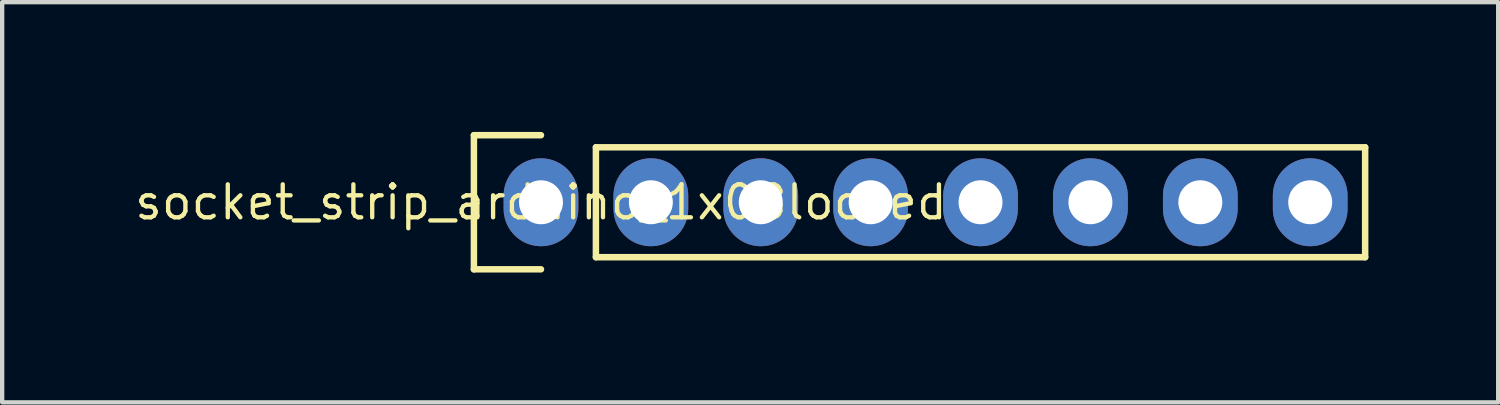
<source format=kicad_pcb>
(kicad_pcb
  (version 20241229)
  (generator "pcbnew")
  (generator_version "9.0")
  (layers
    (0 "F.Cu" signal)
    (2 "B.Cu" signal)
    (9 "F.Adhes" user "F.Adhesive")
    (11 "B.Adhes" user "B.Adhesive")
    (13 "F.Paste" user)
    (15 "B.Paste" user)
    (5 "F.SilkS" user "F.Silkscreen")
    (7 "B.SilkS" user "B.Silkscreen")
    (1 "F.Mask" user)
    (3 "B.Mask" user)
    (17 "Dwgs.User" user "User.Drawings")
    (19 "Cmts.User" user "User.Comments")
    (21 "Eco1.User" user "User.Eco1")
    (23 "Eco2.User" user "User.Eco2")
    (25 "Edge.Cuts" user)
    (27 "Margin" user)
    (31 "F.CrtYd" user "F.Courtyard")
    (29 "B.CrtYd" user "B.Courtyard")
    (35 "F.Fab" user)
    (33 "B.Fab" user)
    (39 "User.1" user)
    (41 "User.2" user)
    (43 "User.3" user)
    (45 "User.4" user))
  (footprint "socket_strip_arduino_1x08locked"
    (layer "F.Cu")
    (at 9.454 1.625)
    (property "Reference" "socket_strip_arduino_1x08locked" (at 0 0 0) (layer "F.SilkS") (effects (font (size 0.762 0.762) (thickness 0.1))))
    (attr through_hole)
    (fp_poly (pts (xy 1.014 -0.152) (xy 0.994 -0.35) (xy 0.936 -0.54) (xy 0.843 -0.716) (xy 0.717 -0.869) (xy 0.563 -0.995) (xy 0.388 -1.089) (xy 0.198 -1.147) (xy 0 -1.166) (xy -0.198 -1.147) (xy -0.388 -1.089) (xy -0.563 -0.995) (xy -0.717 -0.869) (xy -0.843 -0.716) (xy -0.936 -0.54) (xy -0.994 -0.35) (xy -1.014 -0.152) (xy -1.014 0.152) (xy -0.994 0.35) (xy -0.936 0.54) (xy -0.843 0.716) (xy -0.717 0.869) (xy -0.563 0.995) (xy -0.388 1.089) (xy -0.198 1.147) (xy 0 1.166) (xy 0.198 1.147) (xy 0.388 1.089) (xy 0.563 0.995) (xy 0.717 0.869) (xy 0.843 0.716) (xy 0.936 0.54) (xy 0.994 0.35) (xy 1.014 0.152)) (stroke (width 0) (type solid)) (fill yes) (layer "F.Mask"))
    (fp_poly (pts (xy 3.554 -0.152) (xy 3.534 -0.35) (xy 3.476 -0.54) (xy 3.383 -0.716) (xy 3.257 -0.869) (xy 3.103 -0.995) (xy 2.928 -1.089) (xy 2.738 -1.147) (xy 2.54 -1.166) (xy 2.342 -1.147) (xy 2.152 -1.089) (xy 1.977 -0.995) (xy 1.823 -0.869) (xy 1.697 -0.716) (xy 1.604 -0.54) (xy 1.546 -0.35) (xy 1.526 -0.152) (xy 1.526 0.152) (xy 1.546 0.35) (xy 1.604 0.54) (xy 1.697 0.716) (xy 1.823 0.869) (xy 1.977 0.995) (xy 2.152 1.089) (xy 2.342 1.147) (xy 2.54 1.166) (xy 2.738 1.147) (xy 2.928 1.089) (xy 3.103 0.995) (xy 3.257 0.869) (xy 3.383 0.716) (xy 3.476 0.54) (xy 3.534 0.35) (xy 3.554 0.152)) (stroke (width 0) (type solid)) (fill yes) (layer "F.Mask"))
    (fp_poly (pts (xy 6.094 -0.152) (xy 6.074 -0.35) (xy 6.016 -0.54) (xy 5.923 -0.716) (xy 5.797 -0.869) (xy 5.643 -0.995) (xy 5.468 -1.089) (xy 5.278 -1.147) (xy 5.08 -1.166) (xy 4.882 -1.147) (xy 4.692 -1.089) (xy 4.517 -0.995) (xy 4.363 -0.869) (xy 4.237 -0.716) (xy 4.144 -0.54) (xy 4.086 -0.35) (xy 4.066 -0.152) (xy 4.066 0.152) (xy 4.086 0.35) (xy 4.144 0.54) (xy 4.237 0.716) (xy 4.363 0.869) (xy 4.517 0.995) (xy 4.692 1.089) (xy 4.882 1.147) (xy 5.08 1.166) (xy 5.278 1.147) (xy 5.468 1.089) (xy 5.643 0.995) (xy 5.797 0.869) (xy 5.923 0.716) (xy 6.016 0.54) (xy 6.074 0.35) (xy 6.094 0.152)) (stroke (width 0) (type solid)) (fill yes) (layer "F.Mask"))
    (fp_poly (pts (xy 8.634 -0.152) (xy 8.614 -0.35) (xy 8.556 -0.54) (xy 8.463 -0.716) (xy 8.337 -0.869) (xy 8.183 -0.995) (xy 8.008 -1.089) (xy 7.818 -1.147) (xy 7.62 -1.166) (xy 7.422 -1.147) (xy 7.232 -1.089) (xy 7.057 -0.995) (xy 6.903 -0.869) (xy 6.777 -0.716) (xy 6.684 -0.54) (xy 6.626 -0.35) (xy 6.606 -0.152) (xy 6.606 0.152) (xy 6.626 0.35) (xy 6.684 0.54) (xy 6.777 0.716) (xy 6.903 0.869) (xy 7.057 0.995) (xy 7.232 1.089) (xy 7.422 1.147) (xy 7.62 1.166) (xy 7.818 1.147) (xy 8.008 1.089) (xy 8.183 0.995) (xy 8.337 0.869) (xy 8.463 0.716) (xy 8.556 0.54) (xy 8.614 0.35) (xy 8.634 0.152)) (stroke (width 0) (type solid)) (fill yes) (layer "F.Mask"))
    (fp_poly (pts (xy 11.174 -0.152) (xy 11.154 -0.35) (xy 11.096 -0.54) (xy 11.003 -0.716) (xy 10.877 -0.869) (xy 10.723 -0.995) (xy 10.548 -1.089) (xy 10.358 -1.147) (xy 10.16 -1.166) (xy 9.962 -1.147) (xy 9.772 -1.089) (xy 9.597 -0.995) (xy 9.443 -0.869) (xy 9.317 -0.716) (xy 9.224 -0.54) (xy 9.166 -0.35) (xy 9.146 -0.152) (xy 9.146 0.152) (xy 9.166 0.35) (xy 9.224 0.54) (xy 9.317 0.716) (xy 9.443 0.869) (xy 9.597 0.995) (xy 9.772 1.089) (xy 9.962 1.147) (xy 10.16 1.166) (xy 10.358 1.147) (xy 10.548 1.089) (xy 10.723 0.995) (xy 10.877 0.869) (xy 11.003 0.716) (xy 11.096 0.54) (xy 11.154 0.35) (xy 11.174 0.152)) (stroke (width 0) (type solid)) (fill yes) (layer "F.Mask"))
    (fp_poly (pts (xy 13.714 -0.152) (xy 13.694 -0.35) (xy 13.636 -0.54) (xy 13.543 -0.716) (xy 13.417 -0.869) (xy 13.263 -0.995) (xy 13.088 -1.089) (xy 12.898 -1.147) (xy 12.7 -1.166) (xy 12.502 -1.147) (xy 12.312 -1.089) (xy 12.137 -0.995) (xy 11.983 -0.869) (xy 11.857 -0.716) (xy 11.764 -0.54) (xy 11.706 -0.35) (xy 11.686 -0.152) (xy 11.686 0.152) (xy 11.706 0.35) (xy 11.764 0.54) (xy 11.857 0.716) (xy 11.983 0.869) (xy 12.137 0.995) (xy 12.312 1.089) (xy 12.502 1.147) (xy 12.7 1.166) (xy 12.898 1.147) (xy 13.088 1.089) (xy 13.263 0.995) (xy 13.417 0.869) (xy 13.543 0.716) (xy 13.636 0.54) (xy 13.694 0.35) (xy 13.714 0.152)) (stroke (width 0) (type solid)) (fill yes) (layer "F.Mask"))
    (fp_poly (pts (xy 16.254 -0.152) (xy 16.234 -0.35) (xy 16.176 -0.54) (xy 16.083 -0.716) (xy 15.957 -0.869) (xy 15.803 -0.995) (xy 15.628 -1.089) (xy 15.438 -1.147) (xy 15.24 -1.166) (xy 15.042 -1.147) (xy 14.852 -1.089) (xy 14.677 -0.995) (xy 14.523 -0.869) (xy 14.397 -0.716) (xy 14.304 -0.54) (xy 14.246 -0.35) (xy 14.226 -0.152) (xy 14.226 0.152) (xy 14.246 0.35) (xy 14.304 0.54) (xy 14.397 0.716) (xy 14.523 0.869) (xy 14.677 0.995) (xy 14.852 1.089) (xy 15.042 1.147) (xy 15.24 1.166) (xy 15.438 1.147) (xy 15.628 1.089) (xy 15.803 0.995) (xy 15.957 0.869) (xy 16.083 0.716) (xy 16.176 0.54) (xy 16.234 0.35) (xy 16.254 0.152)) (stroke (width 0) (type solid)) (fill yes) (layer "F.Mask"))
    (fp_poly (pts (xy 18.794 -0.152) (xy 18.774 -0.35) (xy 18.716 -0.54) (xy 18.623 -0.716) (xy 18.497 -0.869) (xy 18.343 -0.995) (xy 18.168 -1.089) (xy 17.978 -1.147) (xy 17.78 -1.166) (xy 17.582 -1.147) (xy 17.392 -1.089) (xy 17.217 -0.995) (xy 17.063 -0.869) (xy 16.937 -0.716) (xy 16.844 -0.54) (xy 16.786 -0.35) (xy 16.766 -0.152) (xy 16.766 0.152) (xy 16.786 0.35) (xy 16.844 0.54) (xy 16.937 0.716) (xy 17.063 0.869) (xy 17.217 0.995) (xy 17.392 1.089) (xy 17.582 1.147) (xy 17.78 1.166) (xy 17.978 1.147) (xy 18.168 1.089) (xy 18.343 0.995) (xy 18.497 0.869) (xy 18.623 0.716) (xy 18.716 0.54) (xy 18.774 0.35) (xy 18.794 0.152)) (stroke (width 0) (type solid)) (fill yes) (layer "F.Mask"))
    (fp_poly (pts (xy 1.014 -0.152) (xy 0.994 -0.35) (xy 0.936 -0.54) (xy 0.843 -0.716) (xy 0.717 -0.869) (xy 0.563 -0.995) (xy 0.388 -1.089) (xy 0.198 -1.147) (xy 0 -1.166) (xy -0.198 -1.147) (xy -0.388 -1.089) (xy -0.563 -0.995) (xy -0.717 -0.869) (xy -0.843 -0.716) (xy -0.936 -0.54) (xy -0.994 -0.35) (xy -1.014 -0.152) (xy -1.014 0.152) (xy -0.994 0.35) (xy -0.936 0.54) (xy -0.843 0.716) (xy -0.717 0.869) (xy -0.563 0.995) (xy -0.388 1.089) (xy -0.198 1.147) (xy 0 1.166) (xy 0.198 1.147) (xy 0.388 1.089) (xy 0.563 0.995) (xy 0.717 0.869) (xy 0.843 0.716) (xy 0.936 0.54) (xy 0.994 0.35) (xy 1.014 0.152)) (stroke (width 0) (type solid)) (fill yes) (layer "B.Mask"))
    (fp_poly (pts (xy 3.554 -0.152) (xy 3.534 -0.35) (xy 3.476 -0.54) (xy 3.383 -0.716) (xy 3.257 -0.869) (xy 3.103 -0.995) (xy 2.928 -1.089) (xy 2.738 -1.147) (xy 2.54 -1.166) (xy 2.342 -1.147) (xy 2.152 -1.089) (xy 1.977 -0.995) (xy 1.823 -0.869) (xy 1.697 -0.716) (xy 1.604 -0.54) (xy 1.546 -0.35) (xy 1.526 -0.152) (xy 1.526 0.152) (xy 1.546 0.35) (xy 1.604 0.54) (xy 1.697 0.716) (xy 1.823 0.869) (xy 1.977 0.995) (xy 2.152 1.089) (xy 2.342 1.147) (xy 2.54 1.166) (xy 2.738 1.147) (xy 2.928 1.089) (xy 3.103 0.995) (xy 3.257 0.869) (xy 3.383 0.716) (xy 3.476 0.54) (xy 3.534 0.35) (xy 3.554 0.152)) (stroke (width 0) (type solid)) (fill yes) (layer "B.Mask"))
    (fp_poly (pts (xy 6.094 -0.152) (xy 6.074 -0.35) (xy 6.016 -0.54) (xy 5.923 -0.716) (xy 5.797 -0.869) (xy 5.643 -0.995) (xy 5.468 -1.089) (xy 5.278 -1.147) (xy 5.08 -1.166) (xy 4.882 -1.147) (xy 4.692 -1.089) (xy 4.517 -0.995) (xy 4.363 -0.869) (xy 4.237 -0.716) (xy 4.144 -0.54) (xy 4.086 -0.35) (xy 4.066 -0.152) (xy 4.066 0.152) (xy 4.086 0.35) (xy 4.144 0.54) (xy 4.237 0.716) (xy 4.363 0.869) (xy 4.517 0.995) (xy 4.692 1.089) (xy 4.882 1.147) (xy 5.08 1.166) (xy 5.278 1.147) (xy 5.468 1.089) (xy 5.643 0.995) (xy 5.797 0.869) (xy 5.923 0.716) (xy 6.016 0.54) (xy 6.074 0.35) (xy 6.094 0.152)) (stroke (width 0) (type solid)) (fill yes) (layer "B.Mask"))
    (fp_poly (pts (xy 8.634 -0.152) (xy 8.614 -0.35) (xy 8.556 -0.54) (xy 8.463 -0.716) (xy 8.337 -0.869) (xy 8.183 -0.995) (xy 8.008 -1.089) (xy 7.818 -1.147) (xy 7.62 -1.166) (xy 7.422 -1.147) (xy 7.232 -1.089) (xy 7.057 -0.995) (xy 6.903 -0.869) (xy 6.777 -0.716) (xy 6.684 -0.54) (xy 6.626 -0.35) (xy 6.606 -0.152) (xy 6.606 0.152) (xy 6.626 0.35) (xy 6.684 0.54) (xy 6.777 0.716) (xy 6.903 0.869) (xy 7.057 0.995) (xy 7.232 1.089) (xy 7.422 1.147) (xy 7.62 1.166) (xy 7.818 1.147) (xy 8.008 1.089) (xy 8.183 0.995) (xy 8.337 0.869) (xy 8.463 0.716) (xy 8.556 0.54) (xy 8.614 0.35) (xy 8.634 0.152)) (stroke (width 0) (type solid)) (fill yes) (layer "B.Mask"))
    (fp_poly (pts (xy 11.174 -0.152) (xy 11.154 -0.35) (xy 11.096 -0.54) (xy 11.003 -0.716) (xy 10.877 -0.869) (xy 10.723 -0.995) (xy 10.548 -1.089) (xy 10.358 -1.147) (xy 10.16 -1.166) (xy 9.962 -1.147) (xy 9.772 -1.089) (xy 9.597 -0.995) (xy 9.443 -0.869) (xy 9.317 -0.716) (xy 9.224 -0.54) (xy 9.166 -0.35) (xy 9.146 -0.152) (xy 9.146 0.152) (xy 9.166 0.35) (xy 9.224 0.54) (xy 9.317 0.716) (xy 9.443 0.869) (xy 9.597 0.995) (xy 9.772 1.089) (xy 9.962 1.147) (xy 10.16 1.166) (xy 10.358 1.147) (xy 10.548 1.089) (xy 10.723 0.995) (xy 10.877 0.869) (xy 11.003 0.716) (xy 11.096 0.54) (xy 11.154 0.35) (xy 11.174 0.152)) (stroke (width 0) (type solid)) (fill yes) (layer "B.Mask"))
    (fp_poly (pts (xy 13.714 -0.152) (xy 13.694 -0.35) (xy 13.636 -0.54) (xy 13.543 -0.716) (xy 13.417 -0.869) (xy 13.263 -0.995) (xy 13.088 -1.089) (xy 12.898 -1.147) (xy 12.7 -1.166) (xy 12.502 -1.147) (xy 12.312 -1.089) (xy 12.137 -0.995) (xy 11.983 -0.869) (xy 11.857 -0.716) (xy 11.764 -0.54) (xy 11.706 -0.35) (xy 11.686 -0.152) (xy 11.686 0.152) (xy 11.706 0.35) (xy 11.764 0.54) (xy 11.857 0.716) (xy 11.983 0.869) (xy 12.137 0.995) (xy 12.312 1.089) (xy 12.502 1.147) (xy 12.7 1.166) (xy 12.898 1.147) (xy 13.088 1.089) (xy 13.263 0.995) (xy 13.417 0.869) (xy 13.543 0.716) (xy 13.636 0.54) (xy 13.694 0.35) (xy 13.714 0.152)) (stroke (width 0) (type solid)) (fill yes) (layer "B.Mask"))
    (fp_poly (pts (xy 16.254 -0.152) (xy 16.234 -0.35) (xy 16.176 -0.54) (xy 16.083 -0.716) (xy 15.957 -0.869) (xy 15.803 -0.995) (xy 15.628 -1.089) (xy 15.438 -1.147) (xy 15.24 -1.166) (xy 15.042 -1.147) (xy 14.852 -1.089) (xy 14.677 -0.995) (xy 14.523 -0.869) (xy 14.397 -0.716) (xy 14.304 -0.54) (xy 14.246 -0.35) (xy 14.226 -0.152) (xy 14.226 0.152) (xy 14.246 0.35) (xy 14.304 0.54) (xy 14.397 0.716) (xy 14.523 0.869) (xy 14.677 0.995) (xy 14.852 1.089) (xy 15.042 1.147) (xy 15.24 1.166) (xy 15.438 1.147) (xy 15.628 1.089) (xy 15.803 0.995) (xy 15.957 0.869) (xy 16.083 0.716) (xy 16.176 0.54) (xy 16.234 0.35) (xy 16.254 0.152)) (stroke (width 0) (type solid)) (fill yes) (layer "B.Mask"))
    (fp_poly (pts (xy 18.794 -0.152) (xy 18.774 -0.35) (xy 18.716 -0.54) (xy 18.623 -0.716) (xy 18.497 -0.869) (xy 18.343 -0.995) (xy 18.168 -1.089) (xy 17.978 -1.147) (xy 17.78 -1.166) (xy 17.582 -1.147) (xy 17.392 -1.089) (xy 17.217 -0.995) (xy 17.063 -0.869) (xy 16.937 -0.716) (xy 16.844 -0.54) (xy 16.786 -0.35) (xy 16.766 -0.152) (xy 16.766 0.152) (xy 16.786 0.35) (xy 16.844 0.54) (xy 16.937 0.716) (xy 17.063 0.869) (xy 17.217 0.995) (xy 17.392 1.089) (xy 17.582 1.147) (xy 17.78 1.166) (xy 17.978 1.147) (xy 18.168 1.089) (xy 18.343 0.995) (xy 18.497 0.869) (xy 18.623 0.716) (xy 18.716 0.54) (xy 18.774 0.35) (xy 18.794 0.152)) (stroke (width 0) (type solid)) (fill yes) (layer "B.Mask"))
    (fp_line (start -1.55 -1.55) (end -1.55 1.55) (stroke (width 0.15) (type solid)) (layer "F.SilkS"))
    (fp_line (start -1.55 1.55) (end 0 1.55) (stroke (width 0.15) (type solid)) (layer "F.SilkS"))
    (fp_line (start 0 -1.55) (end -1.55 -1.55) (stroke (width 0.15) (type solid)) (layer "F.SilkS"))
    (fp_line (start 1.27 1.27) (end 1.27 -1.27) (stroke (width 0.15) (type solid)) (layer "F.SilkS"))
    (fp_line (start 1.27 1.27) (end 19.05 1.27) (stroke (width 0.15) (type solid)) (layer "F.SilkS"))
    (fp_line (start 19.05 -1.27) (end 1.27 -1.27) (stroke (width 0.15) (type solid)) (layer "F.SilkS"))
    (fp_line (start 19.05 1.27) (end 19.05 -1.27) (stroke (width 0.15) (type solid)) (layer "F.SilkS"))
    (pad "1" thru_hole oval (at 0 0) (size 1.727 2.032) (drill 1.016) (layers "*.Cu"))
    (pad "2" thru_hole oval (at 2.54 0) (size 1.727 2.032) (drill 1.016) (layers "*.Cu"))
    (pad "3" thru_hole oval (at 5.08 0) (size 1.727 2.032) (drill 1.016) (layers "*.Cu"))
    (pad "4" thru_hole oval (at 7.62 0) (size 1.727 2.032) (drill 1.016) (layers "*.Cu"))
    (pad "5" thru_hole oval (at 10.16 0) (size 1.727 2.032) (drill 1.016) (layers "*.Cu"))
    (pad "6" thru_hole oval (at 12.7 0) (size 1.727 2.032) (drill 1.016) (layers "*.Cu"))
    (pad "7" thru_hole oval (at 15.24 0) (size 1.727 2.032) (drill 1.016) (layers "*.Cu"))
    (pad "8" thru_hole oval (at 17.78 0) (size 1.727 2.032) (drill 1.016) (layers "*.Cu")))
  (gr_rect
    (start -3 -3)
    (end 31.579 6.25)
    (stroke (width 0.1) (type default))
    (fill no)
    (layer "Edge.Cuts")))
</source>
